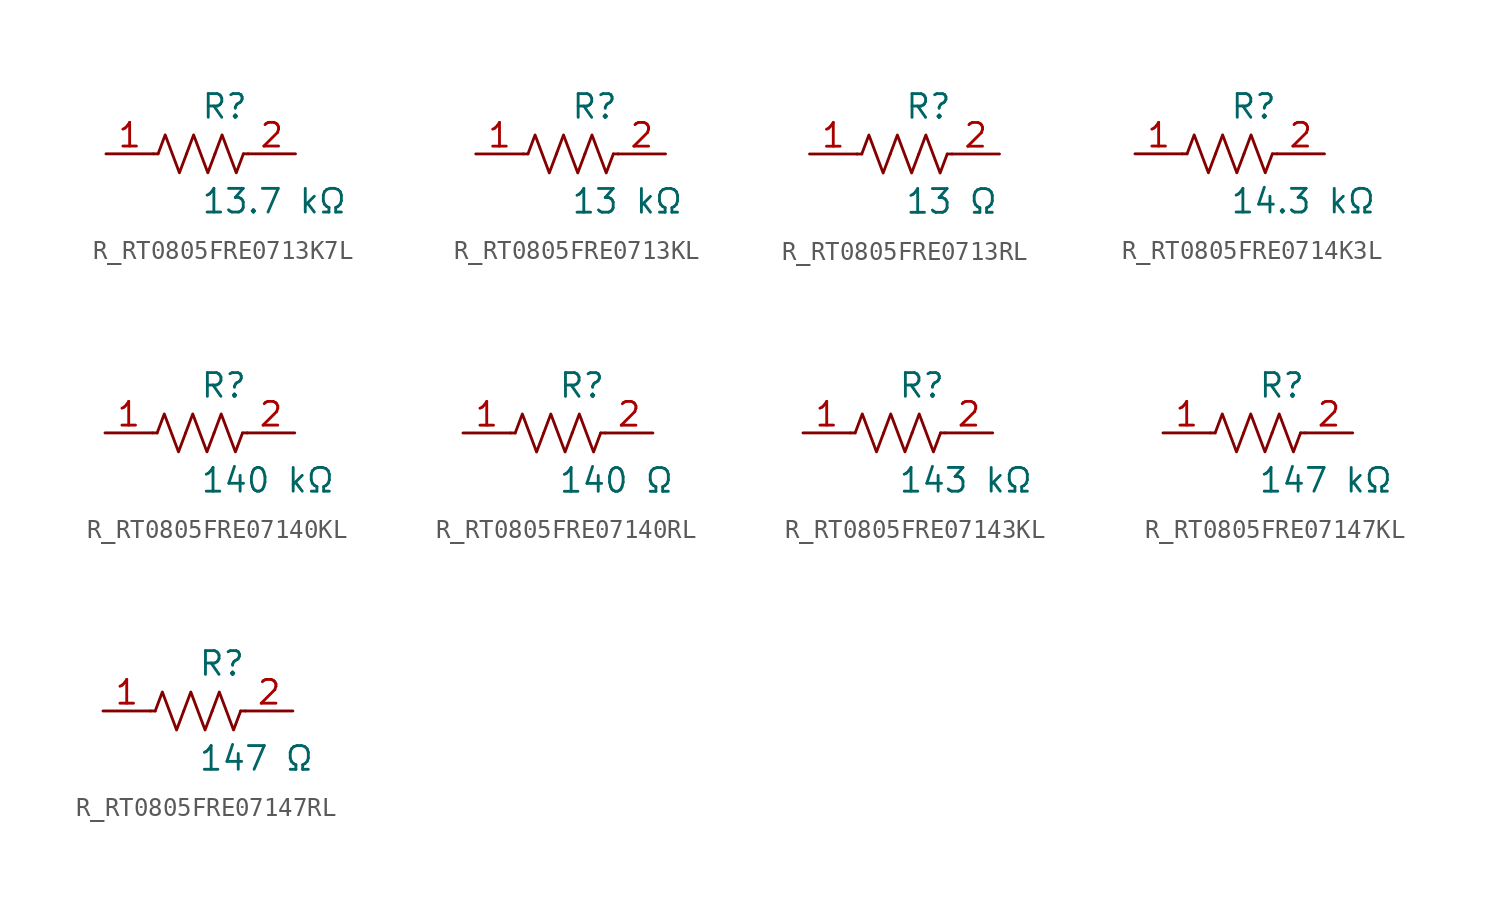
<source format=kicad_sym>
(kicad_symbol_lib
  (version 20231120)
  (generator kicad_symbol_editor)
  (generator_version 8.0)
  (symbol "R_RT0805FRE0713K7L"
    (pin_names
      (offset 0.254))
    (property "Reference" "R"
      (at 0 2.54 0)
      (effects (font (size 1.27 1.27)) (justify left)))
    (property "Value" "13.7 kΩ"
      (at 0 -2.54 0)
      (effects (font (size 1.27 1.27)) (justify left)))
    (symbol "R_RT0805FRE0713K7L_0_1"
      (polyline (pts (xy 2.286 0) (xy 2.54 0)) (stroke (width 0) (type default)) (fill (type none)))
      (polyline (pts (xy -2.286 0) (xy -2.54 0)) (stroke (width 0) (type default)) (fill (type none)))
      (polyline (pts (xy 0.762 0) (xy 1.143 1.016) (xy 1.524 0) (xy 1.905 -1.016) (xy 2.286 0)) (stroke (width 0) (type default)) (fill (type none)))
      (polyline (pts (xy -0.762 0) (xy -0.381 1.016) (xy 0 0) (xy 0.381 -1.016) (xy 0.762 0)) (stroke (width 0) (type default)) (fill (type none)))
      (polyline (pts (xy -2.286 0) (xy -1.905 1.016) (xy -1.524 0) (xy -1.143 -1.016) (xy -0.762 0)) (stroke (width 0) (type default)) (fill (type none))))
    (pin passive line
      (at -5.08 0 0)
      (length 2.54)
      (name "" (effects (font (size 1.27 1.27))))
      (number "1" (effects (font (size 1.27 1.27)))))
    (pin passive line
      (at 5.08 0 180)
      (length 2.54)
      (name "" (effects (font (size 1.27 1.27))))
      (number "2" (effects (font (size 1.27 1.27))))))
  (symbol "R_RT0805FRE0713KL"
    (pin_names
      (offset 0.254))
    (property "Reference" "R"
      (at 0 2.54 0)
      (effects (font (size 1.27 1.27)) (justify left)))
    (property "Value" "13 kΩ"
      (at 0 -2.54 0)
      (effects (font (size 1.27 1.27)) (justify left)))
    (symbol "R_RT0805FRE0713KL_0_1"
      (polyline (pts (xy 2.286 0) (xy 2.54 0)) (stroke (width 0) (type default)) (fill (type none)))
      (polyline (pts (xy -2.286 0) (xy -2.54 0)) (stroke (width 0) (type default)) (fill (type none)))
      (polyline (pts (xy 0.762 0) (xy 1.143 1.016) (xy 1.524 0) (xy 1.905 -1.016) (xy 2.286 0)) (stroke (width 0) (type default)) (fill (type none)))
      (polyline (pts (xy -0.762 0) (xy -0.381 1.016) (xy 0 0) (xy 0.381 -1.016) (xy 0.762 0)) (stroke (width 0) (type default)) (fill (type none)))
      (polyline (pts (xy -2.286 0) (xy -1.905 1.016) (xy -1.524 0) (xy -1.143 -1.016) (xy -0.762 0)) (stroke (width 0) (type default)) (fill (type none))))
    (pin passive line
      (at -5.08 0 0)
      (length 2.54)
      (name "" (effects (font (size 1.27 1.27))))
      (number "1" (effects (font (size 1.27 1.27)))))
    (pin passive line
      (at 5.08 0 180)
      (length 2.54)
      (name "" (effects (font (size 1.27 1.27))))
      (number "2" (effects (font (size 1.27 1.27))))))
  (symbol "R_RT0805FRE0713RL"
    (pin_names
      (offset 0.254))
    (property "Reference" "R"
      (at 0 2.54 0)
      (effects (font (size 1.27 1.27)) (justify left)))
    (property "Value" "13 Ω"
      (at 0 -2.54 0)
      (effects (font (size 1.27 1.27)) (justify left)))
    (symbol "R_RT0805FRE0713RL_0_1"
      (polyline (pts (xy 2.286 0) (xy 2.54 0)) (stroke (width 0) (type default)) (fill (type none)))
      (polyline (pts (xy -2.286 0) (xy -2.54 0)) (stroke (width 0) (type default)) (fill (type none)))
      (polyline (pts (xy 0.762 0) (xy 1.143 1.016) (xy 1.524 0) (xy 1.905 -1.016) (xy 2.286 0)) (stroke (width 0) (type default)) (fill (type none)))
      (polyline (pts (xy -0.762 0) (xy -0.381 1.016) (xy 0 0) (xy 0.381 -1.016) (xy 0.762 0)) (stroke (width 0) (type default)) (fill (type none)))
      (polyline (pts (xy -2.286 0) (xy -1.905 1.016) (xy -1.524 0) (xy -1.143 -1.016) (xy -0.762 0)) (stroke (width 0) (type default)) (fill (type none))))
    (pin passive line
      (at -5.08 0 0)
      (length 2.54)
      (name "" (effects (font (size 1.27 1.27))))
      (number "1" (effects (font (size 1.27 1.27)))))
    (pin passive line
      (at 5.08 0 180)
      (length 2.54)
      (name "" (effects (font (size 1.27 1.27))))
      (number "2" (effects (font (size 1.27 1.27))))))
  (symbol "R_RT0805FRE0714K3L"
    (pin_names
      (offset 0.254))
    (property "Reference" "R"
      (at 0 2.54 0)
      (effects (font (size 1.27 1.27)) (justify left)))
    (property "Value" "14.3 kΩ"
      (at 0 -2.54 0)
      (effects (font (size 1.27 1.27)) (justify left)))
    (symbol "R_RT0805FRE0714K3L_0_1"
      (polyline (pts (xy 2.286 0) (xy 2.54 0)) (stroke (width 0) (type default)) (fill (type none)))
      (polyline (pts (xy -2.286 0) (xy -2.54 0)) (stroke (width 0) (type default)) (fill (type none)))
      (polyline (pts (xy 0.762 0) (xy 1.143 1.016) (xy 1.524 0) (xy 1.905 -1.016) (xy 2.286 0)) (stroke (width 0) (type default)) (fill (type none)))
      (polyline (pts (xy -0.762 0) (xy -0.381 1.016) (xy 0 0) (xy 0.381 -1.016) (xy 0.762 0)) (stroke (width 0) (type default)) (fill (type none)))
      (polyline (pts (xy -2.286 0) (xy -1.905 1.016) (xy -1.524 0) (xy -1.143 -1.016) (xy -0.762 0)) (stroke (width 0) (type default)) (fill (type none))))
    (pin passive line
      (at -5.08 0 0)
      (length 2.54)
      (name "" (effects (font (size 1.27 1.27))))
      (number "1" (effects (font (size 1.27 1.27)))))
    (pin passive line
      (at 5.08 0 180)
      (length 2.54)
      (name "" (effects (font (size 1.27 1.27))))
      (number "2" (effects (font (size 1.27 1.27))))))
  (symbol "R_RT0805FRE07140KL"
    (pin_names
      (offset 0.254))
    (property "Reference" "R"
      (at 0 2.54 0)
      (effects (font (size 1.27 1.27)) (justify left)))
    (property "Value" "140 kΩ"
      (at 0 -2.54 0)
      (effects (font (size 1.27 1.27)) (justify left)))
    (symbol "R_RT0805FRE07140KL_0_1"
      (polyline (pts (xy 2.286 0) (xy 2.54 0)) (stroke (width 0) (type default)) (fill (type none)))
      (polyline (pts (xy -2.286 0) (xy -2.54 0)) (stroke (width 0) (type default)) (fill (type none)))
      (polyline (pts (xy 0.762 0) (xy 1.143 1.016) (xy 1.524 0) (xy 1.905 -1.016) (xy 2.286 0)) (stroke (width 0) (type default)) (fill (type none)))
      (polyline (pts (xy -0.762 0) (xy -0.381 1.016) (xy 0 0) (xy 0.381 -1.016) (xy 0.762 0)) (stroke (width 0) (type default)) (fill (type none)))
      (polyline (pts (xy -2.286 0) (xy -1.905 1.016) (xy -1.524 0) (xy -1.143 -1.016) (xy -0.762 0)) (stroke (width 0) (type default)) (fill (type none))))
    (pin passive line
      (at -5.08 0 0)
      (length 2.54)
      (name "" (effects (font (size 1.27 1.27))))
      (number "1" (effects (font (size 1.27 1.27)))))
    (pin passive line
      (at 5.08 0 180)
      (length 2.54)
      (name "" (effects (font (size 1.27 1.27))))
      (number "2" (effects (font (size 1.27 1.27))))))
  (symbol "R_RT0805FRE07140RL"
    (pin_names
      (offset 0.254))
    (property "Reference" "R"
      (at 0 2.54 0)
      (effects (font (size 1.27 1.27)) (justify left)))
    (property "Value" "140 Ω"
      (at 0 -2.54 0)
      (effects (font (size 1.27 1.27)) (justify left)))
    (symbol "R_RT0805FRE07140RL_0_1"
      (polyline (pts (xy 2.286 0) (xy 2.54 0)) (stroke (width 0) (type default)) (fill (type none)))
      (polyline (pts (xy -2.286 0) (xy -2.54 0)) (stroke (width 0) (type default)) (fill (type none)))
      (polyline (pts (xy 0.762 0) (xy 1.143 1.016) (xy 1.524 0) (xy 1.905 -1.016) (xy 2.286 0)) (stroke (width 0) (type default)) (fill (type none)))
      (polyline (pts (xy -0.762 0) (xy -0.381 1.016) (xy 0 0) (xy 0.381 -1.016) (xy 0.762 0)) (stroke (width 0) (type default)) (fill (type none)))
      (polyline (pts (xy -2.286 0) (xy -1.905 1.016) (xy -1.524 0) (xy -1.143 -1.016) (xy -0.762 0)) (stroke (width 0) (type default)) (fill (type none))))
    (pin passive line
      (at -5.08 0 0)
      (length 2.54)
      (name "" (effects (font (size 1.27 1.27))))
      (number "1" (effects (font (size 1.27 1.27)))))
    (pin passive line
      (at 5.08 0 180)
      (length 2.54)
      (name "" (effects (font (size 1.27 1.27))))
      (number "2" (effects (font (size 1.27 1.27))))))
  (symbol "R_RT0805FRE07143KL"
    (pin_names
      (offset 0.254))
    (property "Reference" "R"
      (at 0 2.54 0)
      (effects (font (size 1.27 1.27)) (justify left)))
    (property "Value" "143 kΩ"
      (at 0 -2.54 0)
      (effects (font (size 1.27 1.27)) (justify left)))
    (symbol "R_RT0805FRE07143KL_0_1"
      (polyline (pts (xy 2.286 0) (xy 2.54 0)) (stroke (width 0) (type default)) (fill (type none)))
      (polyline (pts (xy -2.286 0) (xy -2.54 0)) (stroke (width 0) (type default)) (fill (type none)))
      (polyline (pts (xy 0.762 0) (xy 1.143 1.016) (xy 1.524 0) (xy 1.905 -1.016) (xy 2.286 0)) (stroke (width 0) (type default)) (fill (type none)))
      (polyline (pts (xy -0.762 0) (xy -0.381 1.016) (xy 0 0) (xy 0.381 -1.016) (xy 0.762 0)) (stroke (width 0) (type default)) (fill (type none)))
      (polyline (pts (xy -2.286 0) (xy -1.905 1.016) (xy -1.524 0) (xy -1.143 -1.016) (xy -0.762 0)) (stroke (width 0) (type default)) (fill (type none))))
    (pin passive line
      (at -5.08 0 0)
      (length 2.54)
      (name "" (effects (font (size 1.27 1.27))))
      (number "1" (effects (font (size 1.27 1.27)))))
    (pin passive line
      (at 5.08 0 180)
      (length 2.54)
      (name "" (effects (font (size 1.27 1.27))))
      (number "2" (effects (font (size 1.27 1.27))))))
  (symbol "R_RT0805FRE07147KL"
    (pin_names
      (offset 0.254))
    (property "Reference" "R"
      (at 0 2.54 0)
      (effects (font (size 1.27 1.27)) (justify left)))
    (property "Value" "147 kΩ"
      (at 0 -2.54 0)
      (effects (font (size 1.27 1.27)) (justify left)))
    (symbol "R_RT0805FRE07147KL_0_1"
      (polyline (pts (xy 2.286 0) (xy 2.54 0)) (stroke (width 0) (type default)) (fill (type none)))
      (polyline (pts (xy -2.286 0) (xy -2.54 0)) (stroke (width 0) (type default)) (fill (type none)))
      (polyline (pts (xy 0.762 0) (xy 1.143 1.016) (xy 1.524 0) (xy 1.905 -1.016) (xy 2.286 0)) (stroke (width 0) (type default)) (fill (type none)))
      (polyline (pts (xy -0.762 0) (xy -0.381 1.016) (xy 0 0) (xy 0.381 -1.016) (xy 0.762 0)) (stroke (width 0) (type default)) (fill (type none)))
      (polyline (pts (xy -2.286 0) (xy -1.905 1.016) (xy -1.524 0) (xy -1.143 -1.016) (xy -0.762 0)) (stroke (width 0) (type default)) (fill (type none))))
    (pin passive line
      (at -5.08 0 0)
      (length 2.54)
      (name "" (effects (font (size 1.27 1.27))))
      (number "1" (effects (font (size 1.27 1.27)))))
    (pin passive line
      (at 5.08 0 180)
      (length 2.54)
      (name "" (effects (font (size 1.27 1.27))))
      (number "2" (effects (font (size 1.27 1.27))))))
  (symbol "R_RT0805FRE07147RL"
    (pin_names
      (offset 0.254))
    (property "Reference" "R"
      (at 0 2.54 0)
      (effects (font (size 1.27 1.27)) (justify left)))
    (property "Value" "147 Ω"
      (at 0 -2.54 0)
      (effects (font (size 1.27 1.27)) (justify left)))
    (symbol "R_RT0805FRE07147RL_0_1"
      (polyline (pts (xy 2.286 0) (xy 2.54 0)) (stroke (width 0) (type default)) (fill (type none)))
      (polyline (pts (xy -2.286 0) (xy -2.54 0)) (stroke (width 0) (type default)) (fill (type none)))
      (polyline (pts (xy 0.762 0) (xy 1.143 1.016) (xy 1.524 0) (xy 1.905 -1.016) (xy 2.286 0)) (stroke (width 0) (type default)) (fill (type none)))
      (polyline (pts (xy -0.762 0) (xy -0.381 1.016) (xy 0 0) (xy 0.381 -1.016) (xy 0.762 0)) (stroke (width 0) (type default)) (fill (type none)))
      (polyline (pts (xy -2.286 0) (xy -1.905 1.016) (xy -1.524 0) (xy -1.143 -1.016) (xy -0.762 0)) (stroke (width 0) (type default)) (fill (type none))))
    (pin passive line
      (at -5.08 0 0)
      (length 2.54)
      (name "" (effects (font (size 1.27 1.27))))
      (number "1" (effects (font (size 1.27 1.27)))))
    (pin passive line
      (at 5.08 0 180)
      (length 2.54)
      (name "" (effects (font (size 1.27 1.27))))
      (number "2" (effects (font (size 1.27 1.27)))))))
</source>
